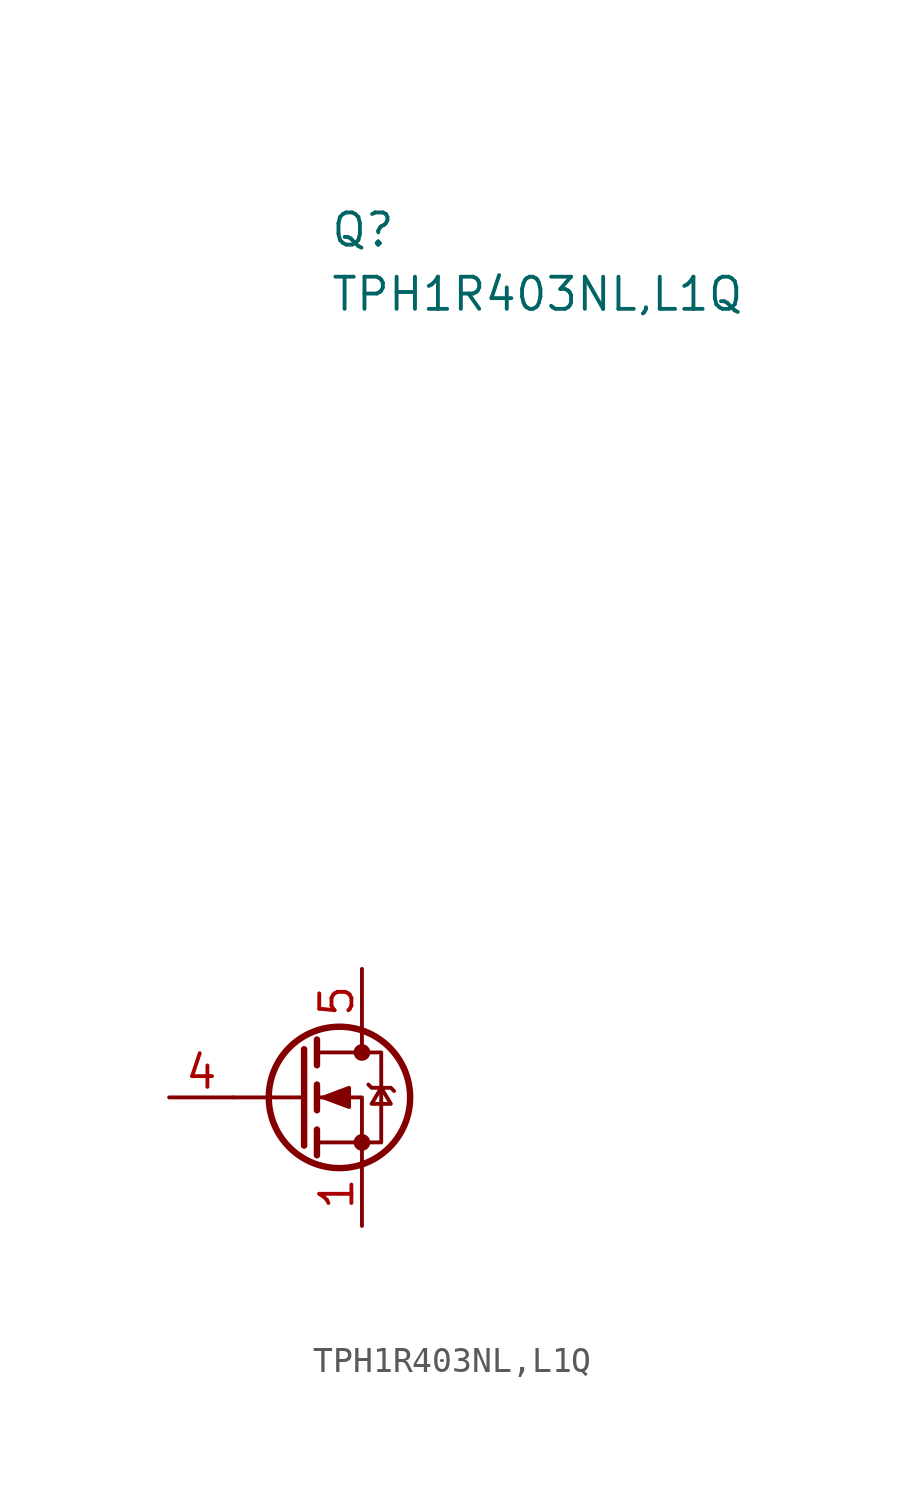
<source format=kicad_sym>
(kicad_symbol_lib
  (version 20211014)
  (generator kicad_symbol_editor)
  (symbol "TPH1R403NL,L1Q"
    (pin_names
      (offset 0) hide)
    (property "Reference" "Q"
      (at -0.635 34.29 0)
      (effects (font (size 1.27 1.27)) (justify left)))
    (property "Value" "TPH1R403NL,L1Q"
      (at -0.635 31.75 0)
      (effects (font (size 1.27 1.27)) (justify left)))
    (symbol "TPH1R403NL,L1Q_0_1"
      (circle (center -0.254 0) (radius 2.794) (stroke (width 0.254) (type default) (color 0 0 0 0)) (fill (type none)))
      (polyline (pts (xy -1.651 0) (xy -4.445 0)) (stroke (width 0) (type default) (color 0 0 0 0)) (fill (type none)))
      (polyline (pts (xy -1.651 1.905) (xy -1.651 -1.905)) (stroke (width 0.254) (type default) (color 0 0 0 0)) (fill (type none)))
      (polyline (pts (xy -1.143 -1.27) (xy -1.143 -2.286)) (stroke (width 0.254) (type default) (color 0 0 0 0)) (fill (type none)))
      (polyline (pts (xy -1.143 0.508) (xy -1.143 -0.508)) (stroke (width 0.254) (type default) (color 0 0 0 0)) (fill (type none)))
      (polyline (pts (xy -1.143 2.286) (xy -1.143 1.27)) (stroke (width 0.254) (type default) (color 0 0 0 0)) (fill (type none)))
      (polyline (pts (xy 0.635 2.54) (xy 0.635 1.778)) (stroke (width 0) (type default) (color 0 0 0 0)) (fill (type none)))
      (polyline (pts (xy 0.635 -2.54) (xy 0.635 0) (xy -1.143 0)) (stroke (width 0) (type default) (color 0 0 0 0)) (fill (type none)))
      (polyline (pts (xy -1.143 -1.778) (xy 1.397 -1.778) (xy 1.397 1.778) (xy -1.143 1.778)) (stroke (width 0) (type default) (color 0 0 0 0)) (fill (type none)))
      (polyline (pts (xy -0.889 0) (xy 0.127 0.381) (xy 0.127 -0.381) (xy -0.889 0)) (stroke (width 0) (type default) (color 0 0 0 0)) (fill (type outline)))
      (polyline (pts (xy 0.889 0.508) (xy 1.016 0.381) (xy 1.778 0.381) (xy 1.905 0.254)) (stroke (width 0) (type default) (color 0 0 0 0)) (fill (type none)))
      (polyline (pts (xy 1.397 0.381) (xy 1.016 -0.254) (xy 1.778 -0.254) (xy 1.397 0.381)) (stroke (width 0) (type default) (color 0 0 0 0)) (fill (type none)))
      (circle (center 0.635 -1.778) (radius 0.254) (stroke (width 0) (type default) (color 0 0 0 0)) (fill (type outline)))
      (circle (center 0.635 1.778) (radius 0.254) (stroke (width 0) (type default) (color 0 0 0 0)) (fill (type outline))))
    (symbol "TPH1R403NL,L1Q_1_1"
      (pin passive line (at 0.635 -5.08 90) (length 2.54) (name "S" (effects (font (size 1.27 1.27)))) (number "1" (effects (font (size 1.27 1.27)))))
      (pin passive line (at 0.635 -5.08 90) (length 2.54) hide (name "S" (effects (font (size 1.27 1.27)))) (number "2" (effects (font (size 1.27 1.27)))))
      (pin passive line (at 0.635 -5.08 90) (length 2.54) hide (name "S" (effects (font (size 1.27 1.27)))) (number "3" (effects (font (size 1.27 1.27)))))
      (pin passive line (at -6.985 0 0) (length 2.54) (name "G" (effects (font (size 1.27 1.27)))) (number "4" (effects (font (size 1.27 1.27)))))
      (pin passive line (at 0.635 5.08 270) (length 2.54) (name "D" (effects (font (size 1.27 1.27)))) (number "5" (effects (font (size 1.27 1.27)))))
      (pin passive line (at 0.635 5.08 270) (length 2.54) hide (name "D" (effects (font (size 1.27 1.27)))) (number "6" (effects (font (size 1.27 1.27)))))
      (pin passive line (at 0.635 5.08 270) (length 2.54) hide (name "D" (effects (font (size 1.27 1.27)))) (number "7" (effects (font (size 1.27 1.27)))))
      (pin passive line (at 0.635 5.08 270) (length 2.54) hide (name "D" (effects (font (size 1.27 1.27)))) (number "8" (effects (font (size 1.27 1.27))))))))
</source>
